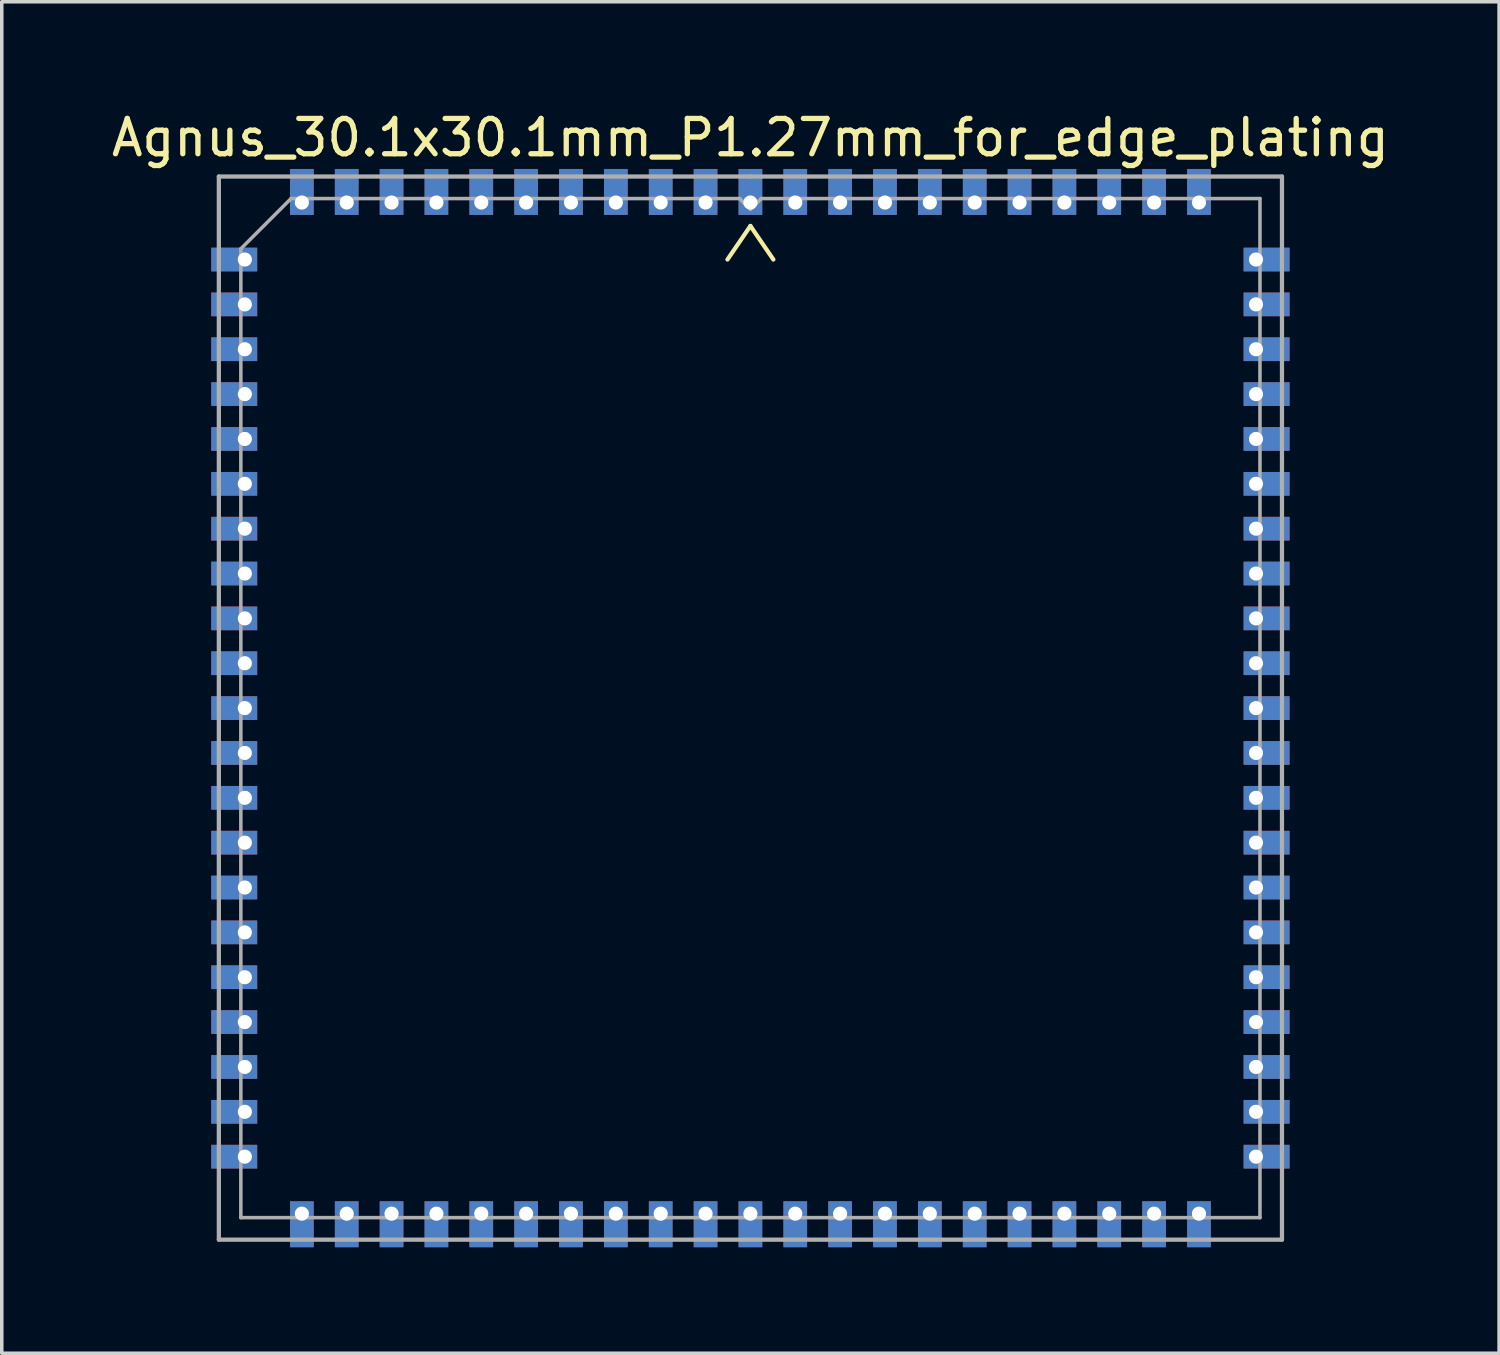
<source format=kicad_pcb>
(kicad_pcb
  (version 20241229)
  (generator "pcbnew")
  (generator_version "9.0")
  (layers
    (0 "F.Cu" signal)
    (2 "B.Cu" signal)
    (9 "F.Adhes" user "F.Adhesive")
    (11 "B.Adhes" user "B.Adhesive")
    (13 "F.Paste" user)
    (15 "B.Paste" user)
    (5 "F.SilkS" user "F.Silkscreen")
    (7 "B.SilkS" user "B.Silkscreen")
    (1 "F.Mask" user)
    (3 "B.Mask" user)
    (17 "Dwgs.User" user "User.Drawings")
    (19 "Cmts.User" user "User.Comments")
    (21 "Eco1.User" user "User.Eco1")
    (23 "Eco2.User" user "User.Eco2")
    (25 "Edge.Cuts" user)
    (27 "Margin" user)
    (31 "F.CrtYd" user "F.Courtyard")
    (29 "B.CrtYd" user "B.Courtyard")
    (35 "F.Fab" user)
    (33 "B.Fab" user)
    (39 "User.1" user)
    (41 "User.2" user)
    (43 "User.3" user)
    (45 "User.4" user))
  (footprint "Agnus_30.1x30.1mm_P1.27mm_for_edge_plating"
    (layer "F.Cu")
    (at 18.196 16.998)
    (property "Reference" "Agnus_30.1x30.1mm_P1.27mm_for_edge_plating" (at 0 -16.15 0) (layer "F.SilkS") (effects (font (size 1 1) (thickness 0.15))))
    (attr smd)
    (fp_line (start -0.65 -12.7) (end 0 -13.65) (stroke (width 0.12) (type solid)) (layer "F.SilkS"))
    (fp_line (start 0.65 -12.7) (end 0 -13.65) (stroke (width 0.12) (type solid)) (layer "F.SilkS"))
    (fp_line (start -15.05 -15.05) (end 0 -15.05) (stroke (width 0.12) (type solid)) (layer "F.Fab"))
    (fp_line (start -15.05 15.05) (end -15.05 -15.05) (stroke (width 0.12) (type solid)) (layer "F.Fab"))
    (fp_line (start -14.427 -13.005) (end -13.005 -14.427) (stroke (width 0.1) (type solid)) (layer "F.Fab"))
    (fp_line (start -14.427 14.427) (end -14.427 -13.005) (stroke (width 0.1) (type solid)) (layer "F.Fab"))
    (fp_line (start -13.005 -14.427) (end -0.305 -14.427) (stroke (width 0.1) (type solid)) (layer "F.Fab"))
    (fp_line (start -0.305 -14.427) (end 0 -14.122) (stroke (width 0.1) (type solid)) (layer "F.Fab"))
    (fp_line (start 0 -15.05) (end 15.05 -15.05) (stroke (width 0.12) (type solid)) (layer "F.Fab"))
    (fp_line (start 0.305 -14.427) (end 0 -14.122) (stroke (width 0.1) (type solid)) (layer "F.Fab"))
    (fp_line (start 0.305 -14.427) (end 14.427 -14.427) (stroke (width 0.1) (type solid)) (layer "F.Fab"))
    (fp_line (start 14.427 -14.427) (end 14.427 14.427) (stroke (width 0.1) (type solid)) (layer "F.Fab"))
    (fp_line (start 14.427 14.427) (end -14.427 14.427) (stroke (width 0.1) (type solid)) (layer "F.Fab"))
    (fp_line (start 15.05 -15.05) (end 15.05 15.05) (stroke (width 0.12) (type solid)) (layer "F.Fab"))
    (fp_line (start 15.05 15.05) (end -15.05 15.05) (stroke (width 0.12) (type solid)) (layer "F.Fab"))
    (pad "1" thru_hole rect (at 0 -14.314) (size 0.67 1.3) (drill 0.4 (offset 0 -0.3)) (layers "*.Cu" "*.Mask"))
    (pad "2" thru_hole rect (at -1.27 -14.314) (size 0.67 1.3) (drill 0.4 (offset 0 -0.3)) (layers "*.Cu" "*.Mask"))
    (pad "3" thru_hole rect (at -2.54 -14.314) (size 0.67 1.3) (drill 0.4 (offset 0 -0.3)) (layers "*.Cu" "*.Mask"))
    (pad "4" thru_hole rect (at -3.81 -14.314) (size 0.67 1.3) (drill 0.4 (offset 0 -0.3)) (layers "*.Cu" "*.Mask"))
    (pad "5" thru_hole rect (at -5.08 -14.314) (size 0.67 1.3) (drill 0.4 (offset 0 -0.3)) (layers "*.Cu" "*.Mask"))
    (pad "6" thru_hole rect (at -6.35 -14.314) (size 0.67 1.3) (drill 0.4 (offset 0 -0.3)) (layers "*.Cu" "*.Mask"))
    (pad "7" thru_hole rect (at -7.62 -14.314) (size 0.67 1.3) (drill 0.4 (offset 0 -0.3)) (layers "*.Cu" "*.Mask"))
    (pad "8" thru_hole rect (at -8.89 -14.314) (size 0.67 1.3) (drill 0.4 (offset 0 -0.3)) (layers "*.Cu" "*.Mask"))
    (pad "9" thru_hole rect (at -10.16 -14.314) (size 0.67 1.3) (drill 0.4 (offset 0 -0.3)) (layers "*.Cu" "*.Mask"))
    (pad "10" thru_hole rect (at -11.43 -14.314) (size 0.67 1.3) (drill 0.4 (offset 0 -0.3)) (layers "*.Cu" "*.Mask"))
    (pad "11" thru_hole rect (at -12.7 -14.314) (size 0.67 1.3) (drill 0.4 (offset 0 -0.3)) (layers "*.Cu" "*.Mask"))
    (pad "12" thru_hole rect (at -14.314 -12.7) (size 1.3 0.67) (drill 0.4 (offset -0.3 0)) (layers "*.Cu" "*.Mask"))
    (pad "13" thru_hole rect (at -14.314 -11.43) (size 1.3 0.67) (drill 0.4 (offset -0.3 0)) (layers "*.Cu" "*.Mask"))
    (pad "14" thru_hole rect (at -14.314 -10.16) (size 1.3 0.67) (drill 0.4 (offset -0.3 0)) (layers "*.Cu" "*.Mask"))
    (pad "15" thru_hole rect (at -14.314 -8.89) (size 1.3 0.67) (drill 0.4 (offset -0.3 0)) (layers "*.Cu" "*.Mask"))
    (pad "16" thru_hole rect (at -14.314 -7.62) (size 1.3 0.67) (drill 0.4 (offset -0.3 0)) (layers "*.Cu" "*.Mask"))
    (pad "17" thru_hole rect (at -14.314 -6.35) (size 1.3 0.67) (drill 0.4 (offset -0.3 0)) (layers "*.Cu" "*.Mask"))
    (pad "18" thru_hole rect (at -14.314 -5.08) (size 1.3 0.67) (drill 0.4 (offset -0.3 0)) (layers "*.Cu" "*.Mask"))
    (pad "19" thru_hole rect (at -14.314 -3.81) (size 1.3 0.67) (drill 0.4 (offset -0.3 0)) (layers "*.Cu" "*.Mask"))
    (pad "20" thru_hole rect (at -14.314 -2.54) (size 1.3 0.67) (drill 0.4 (offset -0.3 0)) (layers "*.Cu" "*.Mask"))
    (pad "21" thru_hole rect (at -14.314 -1.27) (size 1.3 0.67) (drill 0.4 (offset -0.3 0)) (layers "*.Cu" "*.Mask"))
    (pad "22" thru_hole rect (at -14.314 0) (size 1.3 0.67) (drill 0.4 (offset -0.3 0)) (layers "*.Cu" "*.Mask"))
    (pad "23" thru_hole rect (at -14.314 1.27) (size 1.3 0.67) (drill 0.4 (offset -0.3 0)) (layers "*.Cu" "*.Mask"))
    (pad "24" thru_hole rect (at -14.314 2.54) (size 1.3 0.67) (drill 0.4 (offset -0.3 0)) (layers "*.Cu" "*.Mask"))
    (pad "25" thru_hole rect (at -14.314 3.81) (size 1.3 0.67) (drill 0.4 (offset -0.3 0)) (layers "*.Cu" "*.Mask"))
    (pad "26" thru_hole rect (at -14.314 5.08) (size 1.3 0.67) (drill 0.4 (offset -0.3 0)) (layers "*.Cu" "*.Mask"))
    (pad "27" thru_hole rect (at -14.314 6.35) (size 1.3 0.67) (drill 0.4 (offset -0.3 0)) (layers "*.Cu" "*.Mask"))
    (pad "28" thru_hole rect (at -14.314 7.62) (size 1.3 0.67) (drill 0.4 (offset -0.3 0)) (layers "*.Cu" "*.Mask"))
    (pad "29" thru_hole rect (at -14.314 8.89) (size 1.3 0.67) (drill 0.4 (offset -0.3 0)) (layers "*.Cu" "*.Mask"))
    (pad "30" thru_hole rect (at -14.314 10.16) (size 1.3 0.67) (drill 0.4 (offset -0.3 0)) (layers "*.Cu" "*.Mask"))
    (pad "31" thru_hole rect (at -14.314 11.43) (size 1.3 0.67) (drill 0.4 (offset -0.3 0)) (layers "*.Cu" "*.Mask"))
    (pad "32" thru_hole rect (at -14.314 12.7) (size 1.3 0.67) (drill 0.4 (offset -0.3 0)) (layers "*.Cu" "*.Mask"))
    (pad "33" thru_hole rect (at -12.7 14.314) (size 0.67 1.3) (drill 0.4 (offset 0 0.3)) (layers "*.Cu" "*.Mask"))
    (pad "34" thru_hole rect (at -11.43 14.314) (size 0.67 1.3) (drill 0.4 (offset 0 0.3)) (layers "*.Cu" "*.Mask"))
    (pad "35" thru_hole rect (at -10.16 14.314) (size 0.67 1.3) (drill 0.4 (offset 0 0.3)) (layers "*.Cu" "*.Mask"))
    (pad "36" thru_hole rect (at -8.89 14.314) (size 0.67 1.3) (drill 0.4 (offset 0 0.3)) (layers "*.Cu" "*.Mask"))
    (pad "37" thru_hole rect (at -7.62 14.314) (size 0.67 1.3) (drill 0.4 (offset 0 0.3)) (layers "*.Cu" "*.Mask"))
    (pad "38" thru_hole rect (at -6.35 14.314) (size 0.67 1.3) (drill 0.4 (offset 0 0.3)) (layers "*.Cu" "*.Mask"))
    (pad "39" thru_hole rect (at -5.08 14.314) (size 0.67 1.3) (drill 0.4 (offset 0 0.3)) (layers "*.Cu" "*.Mask"))
    (pad "40" thru_hole rect (at -3.81 14.314) (size 0.67 1.3) (drill 0.4 (offset 0 0.3)) (layers "*.Cu" "*.Mask"))
    (pad "41" thru_hole rect (at -2.54 14.314) (size 0.67 1.3) (drill 0.4 (offset 0 0.3)) (layers "*.Cu" "*.Mask"))
    (pad "42" thru_hole rect (at -1.27 14.314) (size 0.67 1.3) (drill 0.4 (offset 0 0.3)) (layers "*.Cu" "*.Mask"))
    (pad "43" thru_hole rect (at 0 14.314) (size 0.67 1.3) (drill 0.4 (offset 0 0.3)) (layers "*.Cu" "*.Mask"))
    (pad "44" thru_hole rect (at 1.27 14.314) (size 0.67 1.3) (drill 0.4 (offset 0 0.3)) (layers "*.Cu" "*.Mask"))
    (pad "45" thru_hole rect (at 2.54 14.314) (size 0.67 1.3) (drill 0.4 (offset 0 0.3)) (layers "*.Cu" "*.Mask"))
    (pad "46" thru_hole rect (at 3.81 14.314) (size 0.67 1.3) (drill 0.4 (offset 0 0.3)) (layers "*.Cu" "*.Mask"))
    (pad "47" thru_hole rect (at 5.08 14.314) (size 0.67 1.3) (drill 0.4 (offset 0 0.3)) (layers "*.Cu" "*.Mask"))
    (pad "48" thru_hole rect (at 6.35 14.314) (size 0.67 1.3) (drill 0.4 (offset 0 0.3)) (layers "*.Cu" "*.Mask"))
    (pad "49" thru_hole rect (at 7.62 14.314) (size 0.67 1.3) (drill 0.4 (offset 0 0.3)) (layers "*.Cu" "*.Mask"))
    (pad "50" thru_hole rect (at 8.89 14.314) (size 0.67 1.3) (drill 0.4 (offset 0 0.3)) (layers "*.Cu" "*.Mask"))
    (pad "51" thru_hole rect (at 10.16 14.314) (size 0.67 1.3) (drill 0.4 (offset 0 0.3)) (layers "*.Cu" "*.Mask"))
    (pad "52" thru_hole rect (at 11.43 14.314) (size 0.67 1.3) (drill 0.4 (offset 0 0.3)) (layers "*.Cu" "*.Mask"))
    (pad "53" thru_hole rect (at 12.7 14.314) (size 0.67 1.3) (drill 0.4 (offset 0 0.3)) (layers "*.Cu" "*.Mask"))
    (pad "54" thru_hole rect (at 14.314 12.7) (size 1.3 0.67) (drill 0.4 (offset 0.3 0)) (layers "*.Cu" "*.Mask"))
    (pad "55" thru_hole rect (at 14.314 11.43) (size 1.3 0.67) (drill 0.4 (offset 0.3 0)) (layers "*.Cu" "*.Mask"))
    (pad "56" thru_hole rect (at 14.314 10.16) (size 1.3 0.67) (drill 0.4 (offset 0.3 0)) (layers "*.Cu" "*.Mask"))
    (pad "57" thru_hole rect (at 14.314 8.89) (size 1.3 0.67) (drill 0.4 (offset 0.3 0)) (layers "*.Cu" "*.Mask"))
    (pad "58" thru_hole rect (at 14.314 7.62) (size 1.3 0.67) (drill 0.4 (offset 0.3 0)) (layers "*.Cu" "*.Mask"))
    (pad "59" thru_hole rect (at 14.314 6.35) (size 1.3 0.67) (drill 0.4 (offset 0.3 0)) (layers "*.Cu" "*.Mask"))
    (pad "60" thru_hole rect (at 14.314 5.08) (size 1.3 0.67) (drill 0.4 (offset 0.3 0)) (layers "*.Cu" "*.Mask"))
    (pad "61" thru_hole rect (at 14.314 3.81) (size 1.3 0.67) (drill 0.4 (offset 0.3 0)) (layers "*.Cu" "*.Mask"))
    (pad "62" thru_hole rect (at 14.314 2.54) (size 1.3 0.67) (drill 0.4 (offset 0.3 0)) (layers "*.Cu" "*.Mask"))
    (pad "63" thru_hole rect (at 14.314 1.27) (size 1.3 0.67) (drill 0.4 (offset 0.3 0)) (layers "*.Cu" "*.Mask"))
    (pad "64" thru_hole rect (at 14.314 0) (size 1.3 0.67) (drill 0.4 (offset 0.3 0)) (layers "*.Cu" "*.Mask"))
    (pad "65" thru_hole rect (at 14.314 -1.27) (size 1.3 0.67) (drill 0.4 (offset 0.3 0)) (layers "*.Cu" "*.Mask"))
    (pad "66" thru_hole rect (at 14.314 -2.54) (size 1.3 0.67) (drill 0.4 (offset 0.3 0)) (layers "*.Cu" "*.Mask"))
    (pad "67" thru_hole rect (at 14.314 -3.81) (size 1.3 0.67) (drill 0.4 (offset 0.3 0)) (layers "*.Cu" "*.Mask"))
    (pad "68" thru_hole rect (at 14.314 -5.08) (size 1.3 0.67) (drill 0.4 (offset 0.3 0)) (layers "*.Cu" "*.Mask"))
    (pad "69" thru_hole rect (at 14.314 -6.35) (size 1.3 0.67) (drill 0.4 (offset 0.3 0)) (layers "*.Cu" "*.Mask"))
    (pad "70" thru_hole rect (at 14.314 -7.62) (size 1.3 0.67) (drill 0.4 (offset 0.3 0)) (layers "*.Cu" "*.Mask"))
    (pad "71" thru_hole rect (at 14.314 -8.89) (size 1.3 0.67) (drill 0.4 (offset 0.3 0)) (layers "*.Cu" "*.Mask"))
    (pad "72" thru_hole rect (at 14.314 -10.16) (size 1.3 0.67) (drill 0.4 (offset 0.3 0)) (layers "*.Cu" "*.Mask"))
    (pad "73" thru_hole rect (at 14.314 -11.43) (size 1.3 0.67) (drill 0.4 (offset 0.3 0)) (layers "*.Cu" "*.Mask"))
    (pad "74" thru_hole rect (at 14.314 -12.7) (size 1.3 0.67) (drill 0.4 (offset 0.3 0)) (layers "*.Cu" "*.Mask"))
    (pad "75" thru_hole rect (at 12.7 -14.314) (size 0.67 1.3) (drill 0.4 (offset 0 -0.3)) (layers "*.Cu" "*.Mask"))
    (pad "76" thru_hole rect (at 11.43 -14.314) (size 0.67 1.3) (drill 0.4 (offset 0 -0.3)) (layers "*.Cu" "*.Mask"))
    (pad "77" thru_hole rect (at 10.16 -14.314) (size 0.67 1.3) (drill 0.4 (offset 0 -0.3)) (layers "*.Cu" "*.Mask"))
    (pad "78" thru_hole rect (at 8.89 -14.314) (size 0.67 1.3) (drill 0.4 (offset 0 -0.3)) (layers "*.Cu" "*.Mask"))
    (pad "79" thru_hole rect (at 7.62 -14.314) (size 0.67 1.3) (drill 0.4 (offset 0 -0.3)) (layers "*.Cu" "*.Mask"))
    (pad "80" thru_hole rect (at 6.35 -14.314) (size 0.67 1.3) (drill 0.4 (offset 0 -0.3)) (layers "*.Cu" "*.Mask"))
    (pad "81" thru_hole rect (at 5.08 -14.314) (size 0.67 1.3) (drill 0.4 (offset 0 -0.3)) (layers "*.Cu" "*.Mask"))
    (pad "82" thru_hole rect (at 3.81 -14.314) (size 0.67 1.3) (drill 0.4 (offset 0 -0.3)) (layers "*.Cu" "*.Mask"))
    (pad "83" thru_hole rect (at 2.54 -14.314) (size 0.67 1.3) (drill 0.4 (offset 0 -0.3)) (layers "*.Cu" "*.Mask"))
    (pad "84" thru_hole rect (at 1.27 -14.314) (size 0.67 1.3) (drill 0.4 (offset 0 -0.3)) (layers "*.Cu" "*.Mask")))
  (gr_rect
    (start -3 -3)
    (end 39.393 35.263)
    (stroke (width 0.1) (type default))
    (fill no)
    (layer "Edge.Cuts")))
</source>
